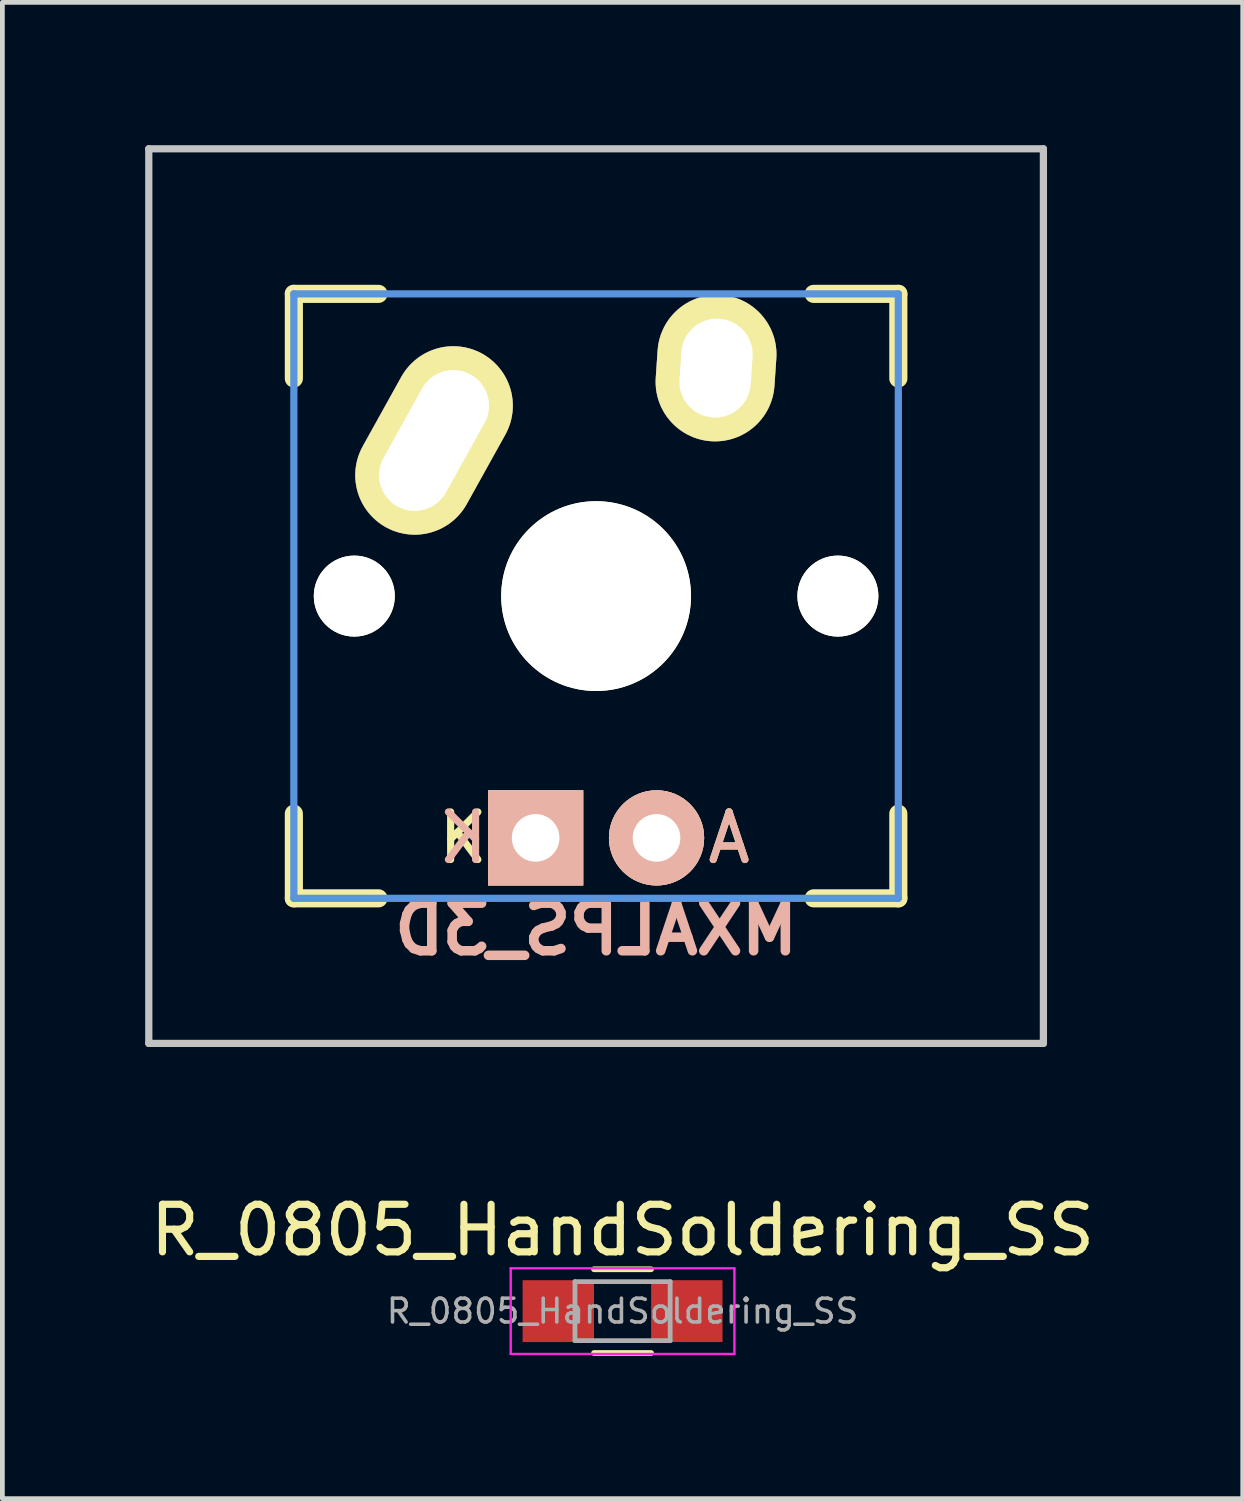
<source format=kicad_pcb>
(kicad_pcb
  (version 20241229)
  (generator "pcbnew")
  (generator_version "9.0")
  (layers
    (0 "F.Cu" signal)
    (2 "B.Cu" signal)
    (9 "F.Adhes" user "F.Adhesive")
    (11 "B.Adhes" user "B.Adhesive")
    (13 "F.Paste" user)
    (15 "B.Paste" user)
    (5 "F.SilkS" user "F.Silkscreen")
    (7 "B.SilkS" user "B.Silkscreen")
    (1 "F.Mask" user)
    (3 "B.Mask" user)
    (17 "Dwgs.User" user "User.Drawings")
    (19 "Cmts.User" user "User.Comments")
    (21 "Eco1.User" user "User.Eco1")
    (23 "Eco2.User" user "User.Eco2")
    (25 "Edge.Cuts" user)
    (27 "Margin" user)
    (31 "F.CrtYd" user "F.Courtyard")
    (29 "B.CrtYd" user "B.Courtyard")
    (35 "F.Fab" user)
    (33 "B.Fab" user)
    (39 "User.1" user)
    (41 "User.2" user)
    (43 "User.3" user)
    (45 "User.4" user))
  (footprint "R_0805_HandSoldering_SS"
    (layer "F.Cu")
    (at 10.03 24.497)
    (property "Reference" "R_0805_HandSoldering_SS" (at 0 -1.7 0) (layer "F.SilkS") (effects (font (size 1 1) (thickness 0.15))))
    (attr smd)
    (fp_line (start -0.6 -0.88) (end 0.6 -0.88) (stroke (width 0.12) (type solid)) (layer "F.SilkS"))
    (fp_line (start 0.6 0.88) (end -0.6 0.88) (stroke (width 0.12) (type solid)) (layer "F.SilkS"))
    (fp_line (start -2.35 -0.9) (end -2.35 0.9) (stroke (width 0.05) (type solid)) (layer "F.CrtYd"))
    (fp_line (start -2.35 -0.9) (end 2.35 -0.9) (stroke (width 0.05) (type solid)) (layer "F.CrtYd"))
    (fp_line (start 2.35 0.9) (end -2.35 0.9) (stroke (width 0.05) (type solid)) (layer "F.CrtYd"))
    (fp_line (start 2.35 0.9) (end 2.35 -0.9) (stroke (width 0.05) (type solid)) (layer "F.CrtYd"))
    (fp_line (start -1 -0.62) (end 1 -0.62) (stroke (width 0.1) (type solid)) (layer "F.Fab"))
    (fp_line (start -1 0.62) (end -1 -0.62) (stroke (width 0.1) (type solid)) (layer "F.Fab"))
    (fp_line (start 1 -0.62) (end 1 0.62) (stroke (width 0.1) (type solid)) (layer "F.Fab"))
    (fp_line (start 1 0.62) (end -1 0.62) (stroke (width 0.1) (type solid)) (layer "F.Fab"))
    (fp_text user "${REFERENCE}" (at 0 0 0) (layer "F.Fab") (effects (font (size 0.5 0.5) (thickness 0.075))))
    (pad "1" smd rect (at -1.35 0) (size 1.5 1.3) (layers "F.Cu" "F.Mask" "F.Paste"))
    (pad "2" smd rect (at 1.35 0) (size 1.5 1.3) (layers "F.Cu" "F.Mask" "F.Paste")))
  (footprint "MXALPS_3D"
    (layer "F.Cu")
    (at 9.474 9.474)
    (property "Reference" "MXALPS_3D" (at 0 7 180) (layer "B.SilkS") (effects (font (size 1 1) (thickness 0.2)) (justify mirror)))
    (attr through_hole)
    (fp_line (start -6.35 -6.35) (end -4.572 -6.35) (stroke (width 0.381) (type solid)) (layer "F.SilkS"))
    (fp_line (start -6.35 -4.572) (end -6.35 -6.35) (stroke (width 0.381) (type solid)) (layer "F.SilkS"))
    (fp_line (start -6.35 6.35) (end -6.35 4.572) (stroke (width 0.381) (type solid)) (layer "F.SilkS"))
    (fp_line (start -4.572 6.35) (end -6.35 6.35) (stroke (width 0.381) (type solid)) (layer "F.SilkS"))
    (fp_line (start 4.572 -6.35) (end 6.35 -6.35) (stroke (width 0.381) (type solid)) (layer "F.SilkS"))
    (fp_line (start 6.35 -6.35) (end 6.35 -4.572) (stroke (width 0.381) (type solid)) (layer "F.SilkS"))
    (fp_line (start 6.35 4.572) (end 6.35 6.35) (stroke (width 0.381) (type solid)) (layer "F.SilkS"))
    (fp_line (start 6.35 6.35) (end 4.572 6.35) (stroke (width 0.381) (type solid)) (layer "F.SilkS"))
    (fp_line (start -9.398 -9.398) (end 9.398 -9.398) (stroke (width 0.152) (type solid)) (layer "Dwgs.User"))
    (fp_line (start -9.398 9.398) (end -9.398 -9.398) (stroke (width 0.152) (type solid)) (layer "Dwgs.User"))
    (fp_line (start 9.398 -9.398) (end 9.398 9.398) (stroke (width 0.152) (type solid)) (layer "Dwgs.User"))
    (fp_line (start 9.398 9.398) (end -9.398 9.398) (stroke (width 0.152) (type solid)) (layer "Dwgs.User"))
    (fp_line (start -6.35 -6.35) (end 6.35 -6.35) (stroke (width 0.152) (type solid)) (layer "Cmts.User"))
    (fp_line (start -6.35 6.35) (end -6.35 -6.35) (stroke (width 0.152) (type solid)) (layer "Cmts.User"))
    (fp_line (start 6.35 -6.35) (end 6.35 6.35) (stroke (width 0.152) (type solid)) (layer "Cmts.User"))
    (fp_line (start 6.35 6.35) (end -6.35 6.35) (stroke (width 0.152) (type solid)) (layer "Cmts.User"))
    (fp_line (start -7.75 -6.4) (end -6.985 -6.4) (stroke (width 0.152) (type solid)) (layer "Eco2.User"))
    (fp_line (start -7.75 6.4) (end -7.75 -6.4) (stroke (width 0.152) (type solid)) (layer "Eco2.User"))
    (fp_line (start -7.75 6.4) (end -6.985 6.4) (stroke (width 0.152) (type solid)) (layer "Eco2.User"))
    (fp_line (start -6.985 -6.985) (end 6.985 -6.985) (stroke (width 0.152) (type solid)) (layer "Eco2.User"))
    (fp_line (start -6.985 -6.4) (end -6.985 -6.985) (stroke (width 0.152) (type solid)) (layer "Eco2.User"))
    (fp_line (start -6.985 6.4) (end -6.985 6.985) (stroke (width 0.152) (type solid)) (layer "Eco2.User"))
    (fp_line (start 6.985 -6.4) (end 6.985 -6.985) (stroke (width 0.152) (type solid)) (layer "Eco2.User"))
    (fp_line (start 6.985 6.4) (end 7.75 6.4) (stroke (width 0.152) (type solid)) (layer "Eco2.User"))
    (fp_line (start 6.985 6.985) (end -6.985 6.985) (stroke (width 0.152) (type solid)) (layer "Eco2.User"))
    (fp_line (start 6.985 6.985) (end 6.985 6.4) (stroke (width 0.152) (type solid)) (layer "Eco2.User"))
    (fp_line (start 7.75 -6.4) (end 6.985 -6.4) (stroke (width 0.152) (type solid)) (layer "Eco2.User"))
    (fp_line (start 7.75 6.4) (end 7.75 -6.4) (stroke (width 0.152) (type solid)) (layer "Eco2.User"))
    (fp_text user "K" (at -2.794 5.08 180) (layer "F.SilkS") (effects (font (size 1 1) (thickness 0.15))))
    (fp_text user "A" (at 2.794 5.08 180) (layer "F.SilkS") (effects (font (size 1 1) (thickness 0.15))))
    (fp_text user "A" (at 2.794 5.08 180) (layer "B.SilkS") (effects (font (size 1 1) (thickness 0.15)) (justify mirror)))
    (fp_text user "K" (at -2.794 5.08 180) (layer "B.SilkS") (effects (font (size 1 1) (thickness 0.15)) (justify mirror)))
    (pad "" np_thru_hole circle (at -5.08 0 180) (size 1.702 1.702) (drill 1.702) (layers "*.Cu" "*.Mask" "F.SilkS"))
    (pad "" np_thru_hole circle (at 0 0 180) (size 3.988 3.988) (drill 3.988) (layers "*.Cu" "*.Mask" "F.SilkS"))
    (pad "" np_thru_hole circle (at 5.08 0 180) (size 1.702 1.702) (drill 1.702) (layers "*.Cu" "*.Mask" "F.SilkS"))
    (pad "A" thru_hole circle (at 1.27 5.08 180) (size 2 2) (drill 1) (layers "*.Cu" "*.SilkS" "*.Mask"))
    (pad "K" thru_hole rect (at -1.27 5.08 180) (size 2 2) (drill 1) (layers "*.Cu" "*.SilkS" "*.Mask"))
    (pad "SW1" thru_hole oval (at -3.405 -3.27 150.95) (size 2.5 4.17) (drill oval 1.5 3.17) (layers "*.Cu" "*.Mask" "F.SilkS"))
    (pad "SW2" thru_hole oval (at 2.52 -4.79 176.1) (size 2.5 3.08) (drill oval 1.5 2.08) (layers "*.Cu" "*.Mask" "F.SilkS")))
  (gr_rect
    (start -3 -3)
    (end 23.06 28.437)
    (stroke (width 0.1) (type default))
    (fill no)
    (layer "Edge.Cuts")))
</source>
